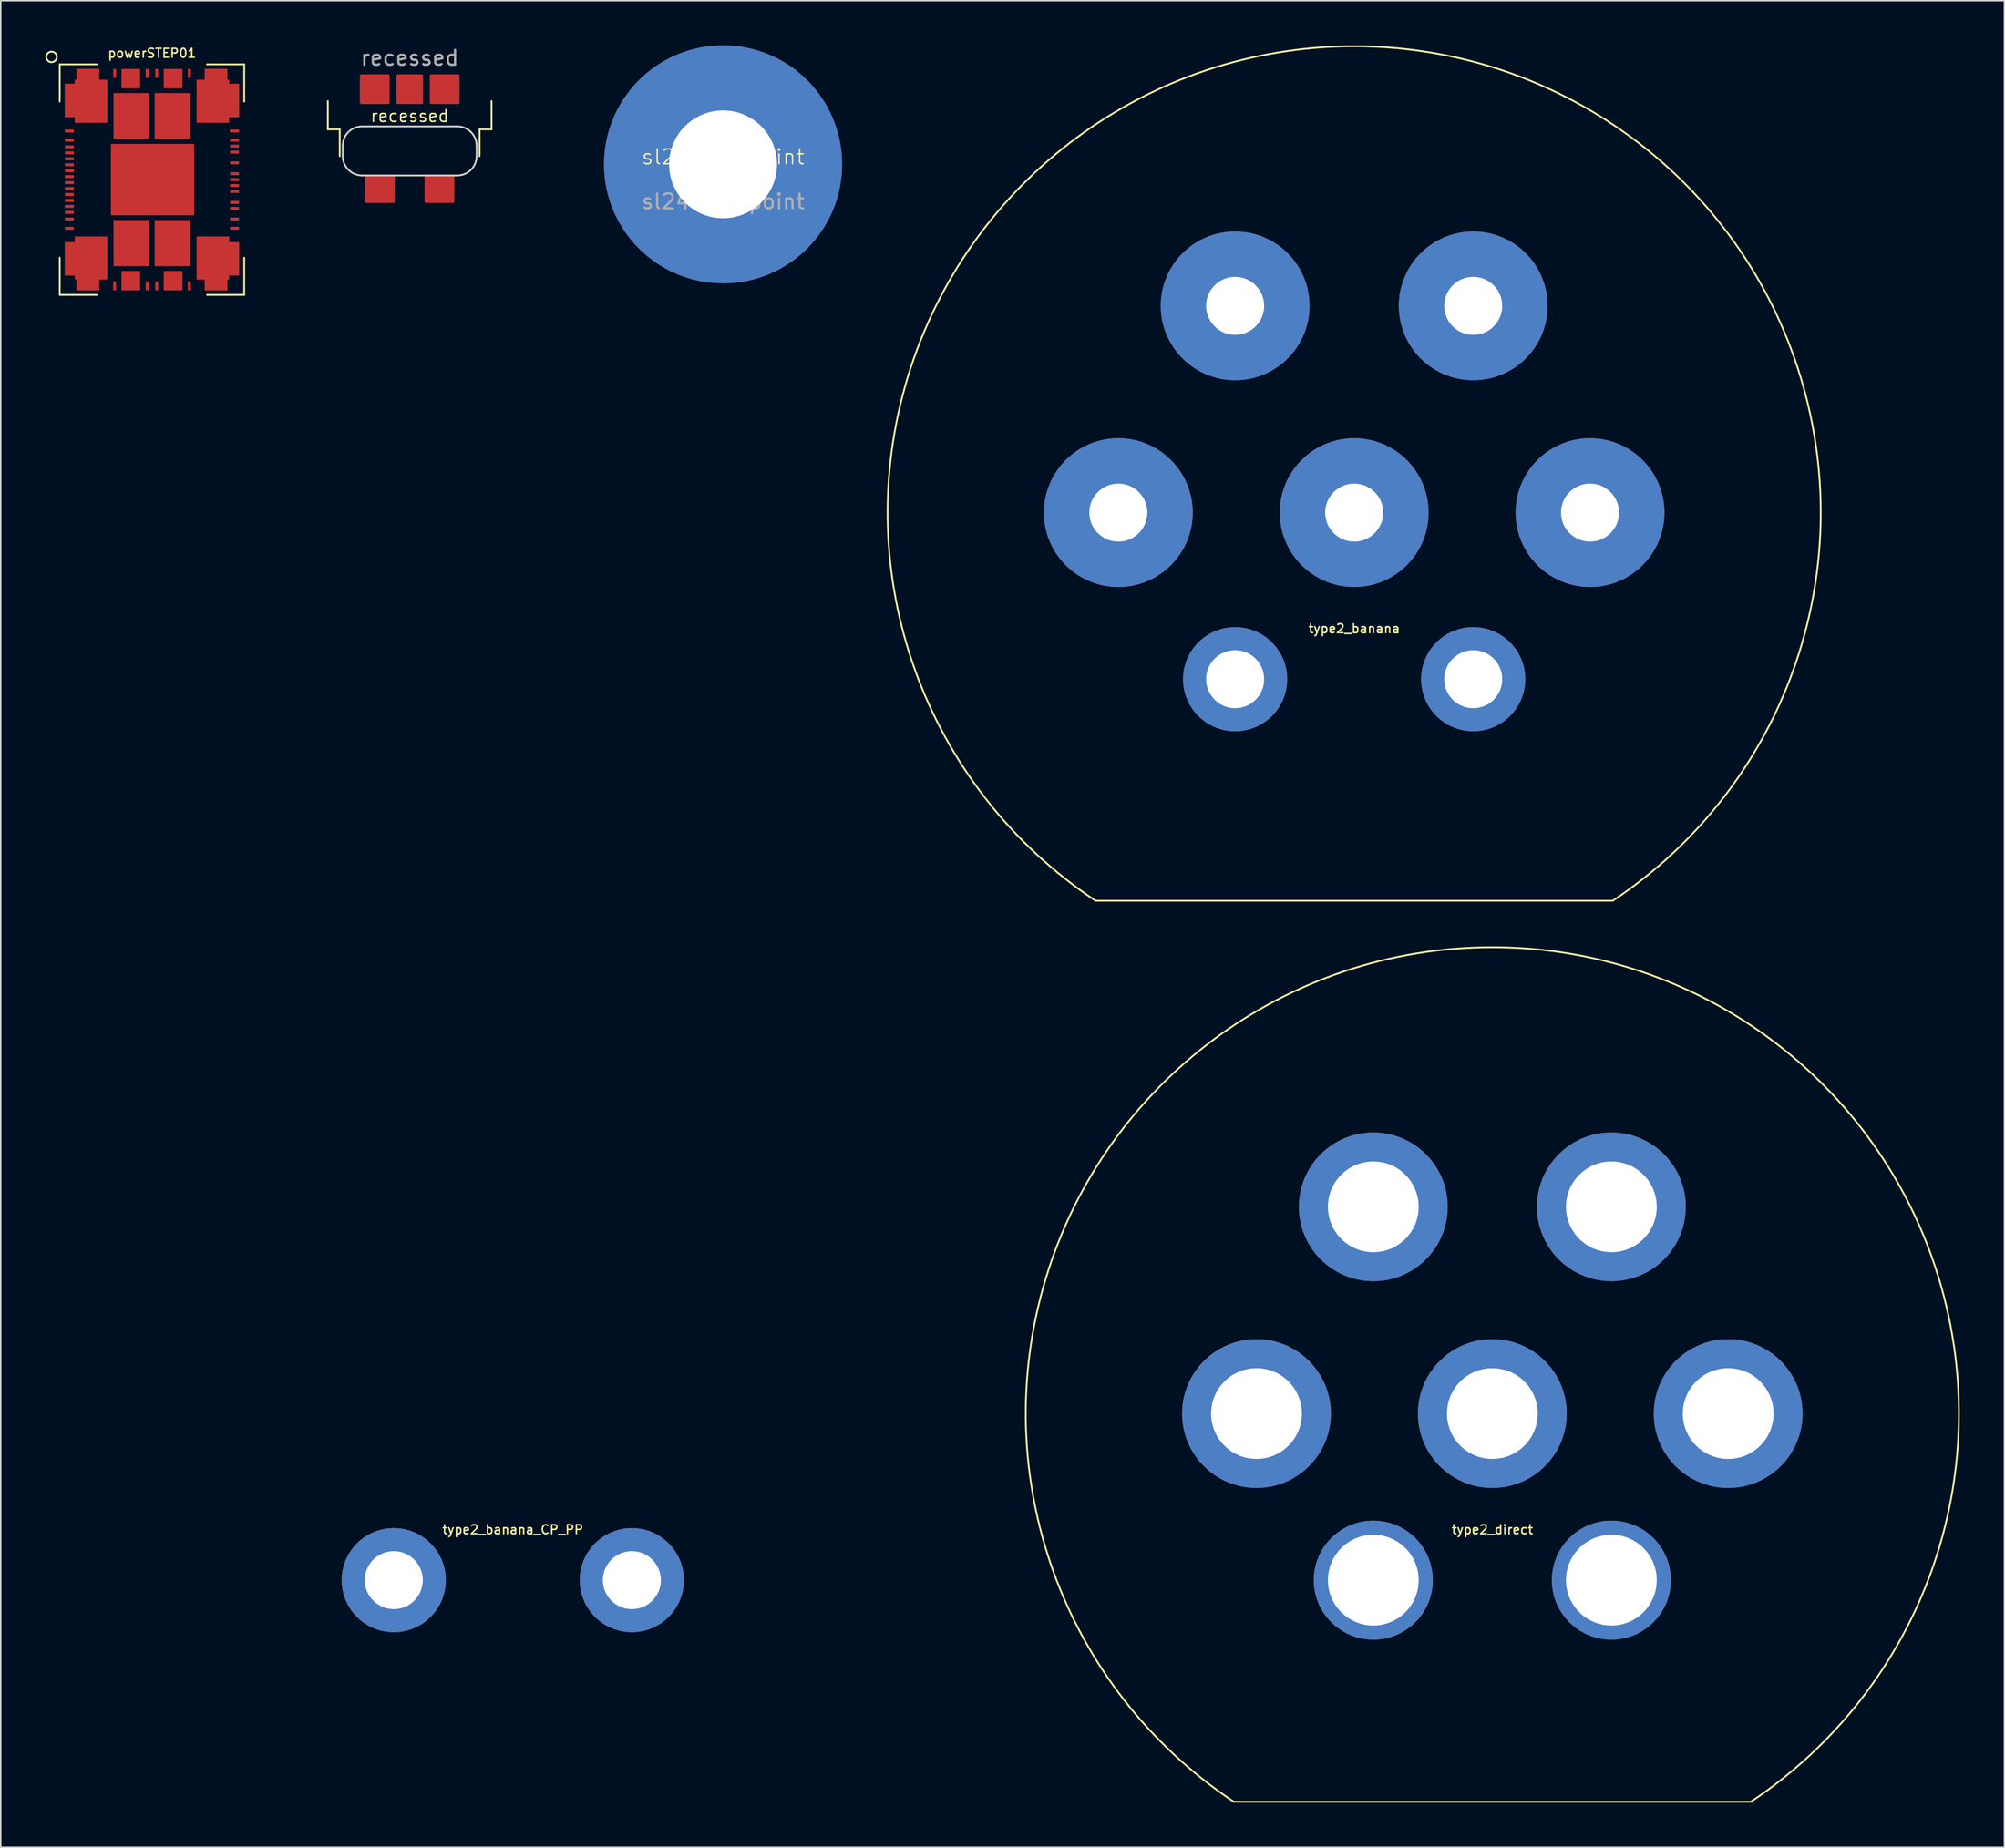
<source format=kicad_pcb>
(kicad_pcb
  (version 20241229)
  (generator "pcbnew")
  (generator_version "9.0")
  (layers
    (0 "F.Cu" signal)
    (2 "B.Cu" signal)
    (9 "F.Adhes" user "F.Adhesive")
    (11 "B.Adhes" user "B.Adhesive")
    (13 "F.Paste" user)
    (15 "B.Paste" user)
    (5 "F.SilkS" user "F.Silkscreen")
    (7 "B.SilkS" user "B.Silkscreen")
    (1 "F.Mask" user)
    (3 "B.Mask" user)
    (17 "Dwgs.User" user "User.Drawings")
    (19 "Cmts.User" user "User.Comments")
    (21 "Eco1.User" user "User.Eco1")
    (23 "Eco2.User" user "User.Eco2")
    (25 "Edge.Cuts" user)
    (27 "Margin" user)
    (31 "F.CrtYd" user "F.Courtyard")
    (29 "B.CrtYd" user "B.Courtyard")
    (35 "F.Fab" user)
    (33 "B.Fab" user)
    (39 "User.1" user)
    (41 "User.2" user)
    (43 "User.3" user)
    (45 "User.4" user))
  (footprint "type2_direct"
    (layer "F.Cu")
    (at 97.243 91.989)
    (property "Reference" "type2_direct" (at 0 7.8 0) (layer "F.SilkS") (effects (font (size 0.6 0.6) (thickness 0.1))))
    (attr through_hole)
    (fp_line (start -17.375 26.1) (end 17.375 26.1) (stroke (width 0.12) (type solid)) (layer "F.SilkS"))
    (fp_arc (start -17.375 26.1) (mid 0 -31.354435) (end 17.375 26.1) (stroke (width 0.12) (type solid)) (layer "F.SilkS"))
    (pad "1" thru_hole circle (at 15.85 0) (size 10 10) (drill 6.1) (layers "*.Cu" "*.Mask"))
    (pad "2" thru_hole circle (at 8 -13.9) (size 10 10) (drill 6.1) (layers "*.Cu" "*.Mask"))
    (pad "3" thru_hole circle (at 0 0) (size 10 10) (drill 6.1) (layers "*.Cu" "*.Mask"))
    (pad "4" thru_hole circle (at -8 -13.9) (size 10 10) (drill 6.1) (layers "*.Cu" "*.Mask"))
    (pad "5" thru_hole circle (at -15.85 0) (size 10 10) (drill 6.1) (layers "*.Cu" "*.Mask"))
    (pad "6" thru_hole circle (at 8 11.2) (size 8 8) (drill 6.1) (layers "*.Cu" "*.Mask"))
    (pad "7" thru_hole circle (at -8 11.2) (size 8 8) (drill 6.1) (layers "*.Cu" "*.Mask")))
  (footprint "type2_banana"
    (layer "F.Cu")
    (at 87.958 31.414)
    (property "Reference" "type2_banana" (at 0 7.8 0) (layer "F.SilkS") (effects (font (size 0.6 0.6) (thickness 0.1))))
    (attr through_hole)
    (fp_line (start -17.375 26.1) (end 17.375 26.1) (stroke (width 0.12) (type solid)) (layer "F.SilkS"))
    (fp_arc (start -17.375 26.1) (mid 0 -31.354435) (end 17.375 26.1) (stroke (width 0.12) (type solid)) (layer "F.SilkS"))
    (pad "1" thru_hole circle (at 15.85 0) (size 10 10) (drill 3.9) (layers "*.Cu" "*.Mask"))
    (pad "2" thru_hole circle (at 8 -13.9) (size 10 10) (drill 3.9) (layers "*.Cu" "*.Mask"))
    (pad "3" thru_hole circle (at 0 0) (size 10 10) (drill 3.9) (layers "*.Cu" "*.Mask"))
    (pad "4" thru_hole circle (at -8 -13.9) (size 10 10) (drill 3.9) (layers "*.Cu" "*.Mask"))
    (pad "5" thru_hole circle (at -15.85 0) (size 10 10) (drill 3.9) (layers "*.Cu" "*.Mask"))
    (pad "6" thru_hole circle (at 8 11.2) (size 7 7) (drill 3.9) (layers "*.Cu" "*.Mask"))
    (pad "7" thru_hole circle (at -8 11.2) (size 7 7) (drill 3.9) (layers "*.Cu" "*.Mask")))
  (footprint "type2_banana_CP_PP"
    (layer "F.Cu")
    (at 31.414 91.989)
    (property "Reference" "type2_banana_CP_PP" (at 0 7.8 0) (layer "F.SilkS") (effects (font (size 0.6 0.6) (thickness 0.1))))
    (attr through_hole)
    (fp_line (start -17.375 26.1) (end 17.375 26.1) (stroke (width 0.12) (type solid)) (layer "Eco1.User"))
    (fp_arc (start -17.373127 26.101247) (mid -0.001125 -31.354436) (end 17.375 26.1) (stroke (width 0.12) (type solid)) (layer "Eco1.User"))
    (pad "1" thru_hole circle (at 8 11.2) (size 7 7) (drill 3.9) (layers "*.Cu" "*.Mask"))
    (pad "2" thru_hole circle (at -8 11.2) (size 7 7) (drill 3.9) (layers "*.Cu" "*.Mask")))
  (footprint "sl24-midpoint"
    (layer "F.Cu")
    (at 45.544 8)
    (property "Reference" "sl24-midpoint" (at 0 -0.5 0) (unlocked yes) (layer "F.SilkS") (effects (font (size 1 1) (thickness 0.1))))
    (attr smd)
    (fp_text user "${REFERENCE}" (at 0 2.5 0) (unlocked yes) (layer "F.Fab") (effects (font (size 1 1) (thickness 0.15))))
    (pad "1" thru_hole circle (at 0 0) (size 16 16) (drill 7.25) (layers "*.Cu" "*.Mask")))
  (footprint "recessed"
    (layer "F.Cu")
    (at 24.484 5.448)
    (property "Reference" "recessed" (at 0 -0.7 0) (unlocked yes) (layer "F.SilkS") (effects (font (size 0.8 0.8) (thickness 0.1))))
    (attr smd)
    (fp_line (start -5.5 -1.7) (end -5.5 0.2) (stroke (width 0.12) (type solid)) (layer "F.SilkS"))
    (fp_line (start -5.5 0.2) (end -4.7 0.2) (stroke (width 0.12) (type solid)) (layer "F.SilkS"))
    (fp_line (start -4.7 0.2) (end -4.7 2) (stroke (width 0.12) (type solid)) (layer "F.SilkS"))
    (fp_line (start 4.7 0.2) (end 4.7 2) (stroke (width 0.12) (type solid)) (layer "F.SilkS"))
    (fp_line (start 4.7 0.2) (end 5.5 0.2) (stroke (width 0.12) (type solid)) (layer "F.SilkS"))
    (fp_line (start 5.5 -1.7) (end 5.5 0.2) (stroke (width 0.12) (type solid)) (layer "F.SilkS"))
    (fp_line (start -8 0) (end 10 0) (stroke (width 0.12) (type solid)) (layer "Eco2.User"))
    (fp_line (start 10 -1.6) (end -8 -1.6) (stroke (width 0.12) (type solid)) (layer "Eco2.User"))
    (fp_line (start -4.5 2) (end -4.5 1.3) (stroke (width 0.12) (type solid)) (layer "Edge.Cuts"))
    (fp_line (start -3.2 0) (end 3.2 0) (stroke (width 0.12) (type solid)) (layer "Edge.Cuts"))
    (fp_line (start -3.2 3.3) (end 3.2 3.3) (stroke (width 0.12) (type solid)) (layer "Edge.Cuts"))
    (fp_line (start 4.5 2) (end 4.5 1.3) (stroke (width 0.12) (type solid)) (layer "Edge.Cuts"))
    (fp_arc (start -4.5 1.3) (mid -4.119239 0.380761) (end -3.2 0) (stroke (width 0.12) (type solid)) (layer "Edge.Cuts"))
    (fp_arc (start -3.2 3.3) (mid -4.119239 2.919239) (end -4.5 2) (stroke (width 0.12) (type solid)) (layer "Edge.Cuts"))
    (fp_arc (start 3.2 0) (mid 4.119239 0.380761) (end 4.5 1.3) (stroke (width 0.12) (type solid)) (layer "Edge.Cuts"))
    (fp_arc (start 4.5 2) (mid 4.119239 2.919239) (end 3.2 3.3) (stroke (width 0.12) (type solid)) (layer "Edge.Cuts"))
    (fp_text user "${REFERENCE}" (at 0 -4.6 0) (unlocked yes) (layer "F.Fab") (effects (font (size 1 1) (thickness 0.15))))
    (pad "1" smd roundrect (at -2.35 -2.5) (size 2 2) (layers "F.Cu" "F.Mask") (roundrect_rratio 0.05))
    (pad "1" smd roundrect (at 2.35 -2.5) (size 2 2) (layers "F.Cu" "F.Mask") (roundrect_rratio 0.05))
    (pad "2" smd roundrect (at 0 -2.5) (size 1.8 2) (layers "F.Cu" "F.Mask") (roundrect_rratio 0.05))
    (pad "S1" smd roundrect (at -2 4.2) (size 2 1.9) (layers "F.Cu" "F.Mask") (roundrect_rratio 0.05))
    (pad "S1" smd roundrect (at 2 4.2) (size 2 1.9) (layers "F.Cu" "F.Mask") (roundrect_rratio 0.05)))
  (footprint "powerSTEP01"
    (layer "F.Cu")
    (at 7.164 9.027)
    (property "Reference" "powerSTEP01" (at 0 -8.5 0) (layer "F.SilkS") (effects (font (size 0.6 0.6) (thickness 0.1))))
    (attr through_hole)
    (fp_line (start -6.2 -7.75) (end -6.2 -5.25) (stroke (width 0.12) (type solid)) (layer "F.SilkS"))
    (fp_line (start -6.2 -7.75) (end -3.7 -7.75) (stroke (width 0.12) (type solid)) (layer "F.SilkS"))
    (fp_line (start -6.2 7.75) (end -6.2 5.25) (stroke (width 0.12) (type solid)) (layer "F.SilkS"))
    (fp_line (start -3.7 7.75) (end -6.2 7.75) (stroke (width 0.12) (type solid)) (layer "F.SilkS"))
    (fp_line (start 3.7 -7.75) (end 6.2 -7.75) (stroke (width 0.12) (type solid)) (layer "F.SilkS"))
    (fp_line (start 6.2 -7.75) (end 6.2 -5.25) (stroke (width 0.12) (type solid)) (layer "F.SilkS"))
    (fp_line (start 6.2 7.75) (end 3.7 7.75) (stroke (width 0.12) (type solid)) (layer "F.SilkS"))
    (fp_line (start 6.2 7.75) (end 6.2 5.25) (stroke (width 0.12) (type solid)) (layer "F.SilkS"))
    (fp_circle (center -6.75 -8.25) (end -6.5 -8) (stroke (width 0.12) (type solid)) (fill no) (layer "F.SilkS"))
    (pad "1" smd custom (at -4 -4.82 180) (size 0.5 0.5) (layers "F.Cu" "F.Mask" "F.Paste") (options (anchor rect)) (primitives (gr_poly (pts (xy -1 -1) (xy 1.19 -1) (xy 1.19 -0.62) (xy 1.86 -0.62) (xy 1.86 1.63) (xy 1.19 1.63) (xy 1.19 1.9) (xy 1.07 1.9) (xy 1.07 2.63) (xy -0.46 2.63) (xy -0.46 1.9) (xy -1 1.9)) (width 0) (fill yes))))
    (pad "7" smd rect (at -5.55 -3.27) (size 0.6 0.2) (layers "F.Cu" "F.Mask" "F.Paste"))
    (pad "8" smd rect (at -5.55 -2.65) (size 0.6 0.2) (layers "F.Cu" "F.Mask" "F.Paste"))
    (pad "9" smd rect (at -5.55 -2.2) (size 0.6 0.2) (layers "F.Cu" "F.Mask" "F.Paste"))
    (pad "10" smd rect (at -5.55 -1.8) (size 0.6 0.2) (layers "F.Cu" "F.Mask" "F.Paste"))
    (pad "11" smd rect (at -5.55 -1.4) (size 0.6 0.2) (layers "F.Cu" "F.Mask" "F.Paste"))
    (pad "12" smd rect (at -5.55 -1) (size 0.6 0.2) (layers "F.Cu" "F.Mask" "F.Paste"))
    (pad "13" smd rect (at -5.55 -0.6) (size 0.6 0.2) (layers "F.Cu" "F.Mask" "F.Paste"))
    (pad "14" smd rect (at -5.55 -0.2) (size 0.6 0.2) (layers "F.Cu" "F.Mask" "F.Paste"))
    (pad "15" smd rect (at -5.55 0.2) (size 0.6 0.2) (layers "F.Cu" "F.Mask" "F.Paste"))
    (pad "16" smd rect (at -5.55 0.6) (size 0.6 0.2) (layers "F.Cu" "F.Mask" "F.Paste"))
    (pad "17" smd rect (at -5.55 1) (size 0.6 0.2) (layers "F.Cu" "F.Mask" "F.Paste"))
    (pad "18" smd rect (at -5.55 1.4) (size 0.6 0.2) (layers "F.Cu" "F.Mask" "F.Paste"))
    (pad "19" smd rect (at -5.55 1.8) (size 0.6 0.2) (layers "F.Cu" "F.Mask" "F.Paste"))
    (pad "20" smd rect (at -5.55 2.2) (size 0.6 0.2) (layers "F.Cu" "F.Mask" "F.Paste"))
    (pad "21" smd rect (at -5.55 2.65) (size 0.6 0.2) (layers "F.Cu" "F.Mask" "F.Paste"))
    (pad "22" smd rect (at -5.55 3.27) (size 0.6 0.2) (layers "F.Cu" "F.Mask" "F.Paste"))
    (pad "23" smd custom (at -4 4.82) (size 0.5 0.5) (layers "F.Cu" "F.Mask" "F.Paste") (options (anchor rect)) (primitives (gr_poly (pts (xy 1 -1) (xy -1.19 -1) (xy -1.19 -0.62) (xy -1.86 -0.62) (xy -1.86 1.63) (xy -1.19 1.63) (xy -1.19 1.9) (xy -1.07 1.9) (xy -1.07 2.63) (xy 0.46 2.63) (xy 0.46 1.9) (xy 1 1.9)) (width 0) (fill yes))))
    (pad "33" smd rect (at -2.51 7.14 90) (size 0.6 0.2) (layers "F.Cu" "F.Mask" "F.Paste"))
    (pad "34" smd rect (at -1.42 6.79) (size 1.26 1.3) (layers "F.Cu" "F.Mask" "F.Paste"))
    (pad "37" smd rect (at -0.32 7.14 90) (size 0.6 0.2) (layers "F.Cu" "F.Mask" "F.Paste"))
    (pad "38" smd rect (at 0.32 7.14 90) (size 0.6 0.2) (layers "F.Cu" "F.Mask" "F.Paste"))
    (pad "39" smd rect (at 1.42 6.79) (size 1.26 1.3) (layers "F.Cu" "F.Mask" "F.Paste"))
    (pad "42" smd rect (at 2.51 7.14 90) (size 0.6 0.2) (layers "F.Cu" "F.Mask" "F.Paste"))
    (pad "43" smd custom (at 4 4.82) (size 0.5 0.5) (layers "F.Cu" "F.Mask" "F.Paste") (options (anchor rect)) (primitives (gr_poly (pts (xy -1 -1) (xy 1.19 -1) (xy 1.19 -0.62) (xy 1.86 -0.62) (xy 1.86 1.63) (xy 1.19 1.63) (xy 1.19 1.9) (xy 1.07 1.9) (xy 1.07 2.63) (xy -0.46 2.63) (xy -0.46 1.9) (xy -1 1.9)) (width 0) (fill yes))))
    (pad "53" smd rect (at 5.55 3.27) (size 0.6 0.2) (layers "F.Cu" "F.Mask" "F.Paste"))
    (pad "54" smd rect (at 5.55 2.65) (size 0.6 0.2) (layers "F.Cu" "F.Mask" "F.Paste"))
    (pad "55" smd rect (at 5.55 1.93) (size 0.6 0.2) (layers "F.Cu" "F.Mask" "F.Paste"))
    (pad "56" smd rect (at 5.55 1.53) (size 0.6 0.2) (layers "F.Cu" "F.Mask" "F.Paste"))
    (pad "57" smd rect (at 5.55 0.8) (size 0.6 0.2) (layers "F.Cu" "F.Mask" "F.Paste"))
    (pad "58" smd rect (at 5.55 0.4) (size 0.6 0.2) (layers "F.Cu" "F.Mask" "F.Paste"))
    (pad "59" smd rect (at 5.55 0) (size 0.6 0.2) (layers "F.Cu" "F.Mask" "F.Paste"))
    (pad "60" smd rect (at 5.55 -0.4) (size 0.6 0.2) (layers "F.Cu" "F.Mask" "F.Paste"))
    (pad "61" smd rect (at 5.55 -1.13) (size 0.6 0.2) (layers "F.Cu" "F.Mask" "F.Paste"))
    (pad "62" smd rect (at 5.55 -1.85) (size 0.6 0.2) (layers "F.Cu" "F.Mask" "F.Paste"))
    (pad "63" smd rect (at 5.55 -2.25) (size 0.6 0.2) (layers "F.Cu" "F.Mask" "F.Paste"))
    (pad "64" smd rect (at 5.55 -2.65) (size 0.6 0.2) (layers "F.Cu" "F.Mask" "F.Paste"))
    (pad "65" smd rect (at 5.55 -3.27) (size 0.6 0.2) (layers "F.Cu" "F.Mask" "F.Paste"))
    (pad "66" smd custom (at 4 -4.82 180) (size 0.5 0.5) (layers "F.Cu" "F.Mask" "F.Paste") (options (anchor rect)) (primitives (gr_poly (pts (xy 1 -1) (xy -1.19 -1) (xy -1.19 -0.62) (xy -1.86 -0.62) (xy -1.86 1.63) (xy -1.19 1.63) (xy -1.19 1.9) (xy -1.07 1.9) (xy -1.07 2.63) (xy 0.46 2.63) (xy 0.46 1.9) (xy 1 1.9)) (width 0) (fill yes))))
    (pad "76" smd rect (at 2.51 -7.14 90) (size 0.6 0.2) (layers "F.Cu" "F.Mask" "F.Paste"))
    (pad "77" smd rect (at 1.42 -6.79) (size 1.26 1.3) (layers "F.Cu" "F.Mask" "F.Paste"))
    (pad "80" smd rect (at 0.32 -7.14 90) (size 0.6 0.2) (layers "F.Cu" "F.Mask" "F.Paste"))
    (pad "81" smd rect (at -0.32 -7.14 90) (size 0.6 0.2) (layers "F.Cu" "F.Mask" "F.Paste"))
    (pad "82" smd rect (at -1.42 -6.79) (size 1.26 1.3) (layers "F.Cu" "F.Mask" "F.Paste"))
    (pad "85" smd rect (at -2.51 -7.14 90) (size 0.6 0.2) (layers "F.Cu" "F.Mask" "F.Paste"))
    (pad "EPAD3" smd rect (at -1.38 4.27) (size 2.4 3.1) (layers "F.Cu" "F.Mask" "F.Paste"))
    (pad "EPAD4" smd rect (at 1.38 4.27) (size 2.4 3.1) (layers "F.Cu" "F.Mask" "F.Paste"))
    (pad "EPAD7" smd rect (at 1.38 -4.27) (size 2.4 3.1) (layers "F.Cu" "F.Mask" "F.Paste"))
    (pad "EPAD8" smd rect (at -1.38 -4.27) (size 2.4 3.1) (layers "F.Cu" "F.Mask" "F.Paste"))
    (pad "EPAD9" smd rect (at 0.04 0) (size 5.6 4.8) (layers "F.Cu" "F.Mask" "F.Paste")))
  (gr_rect
    (start -3 -3)
    (end 131.658 121.15)
    (stroke (width 0.1) (type default))
    (fill no)
    (layer "Edge.Cuts")))
</source>
